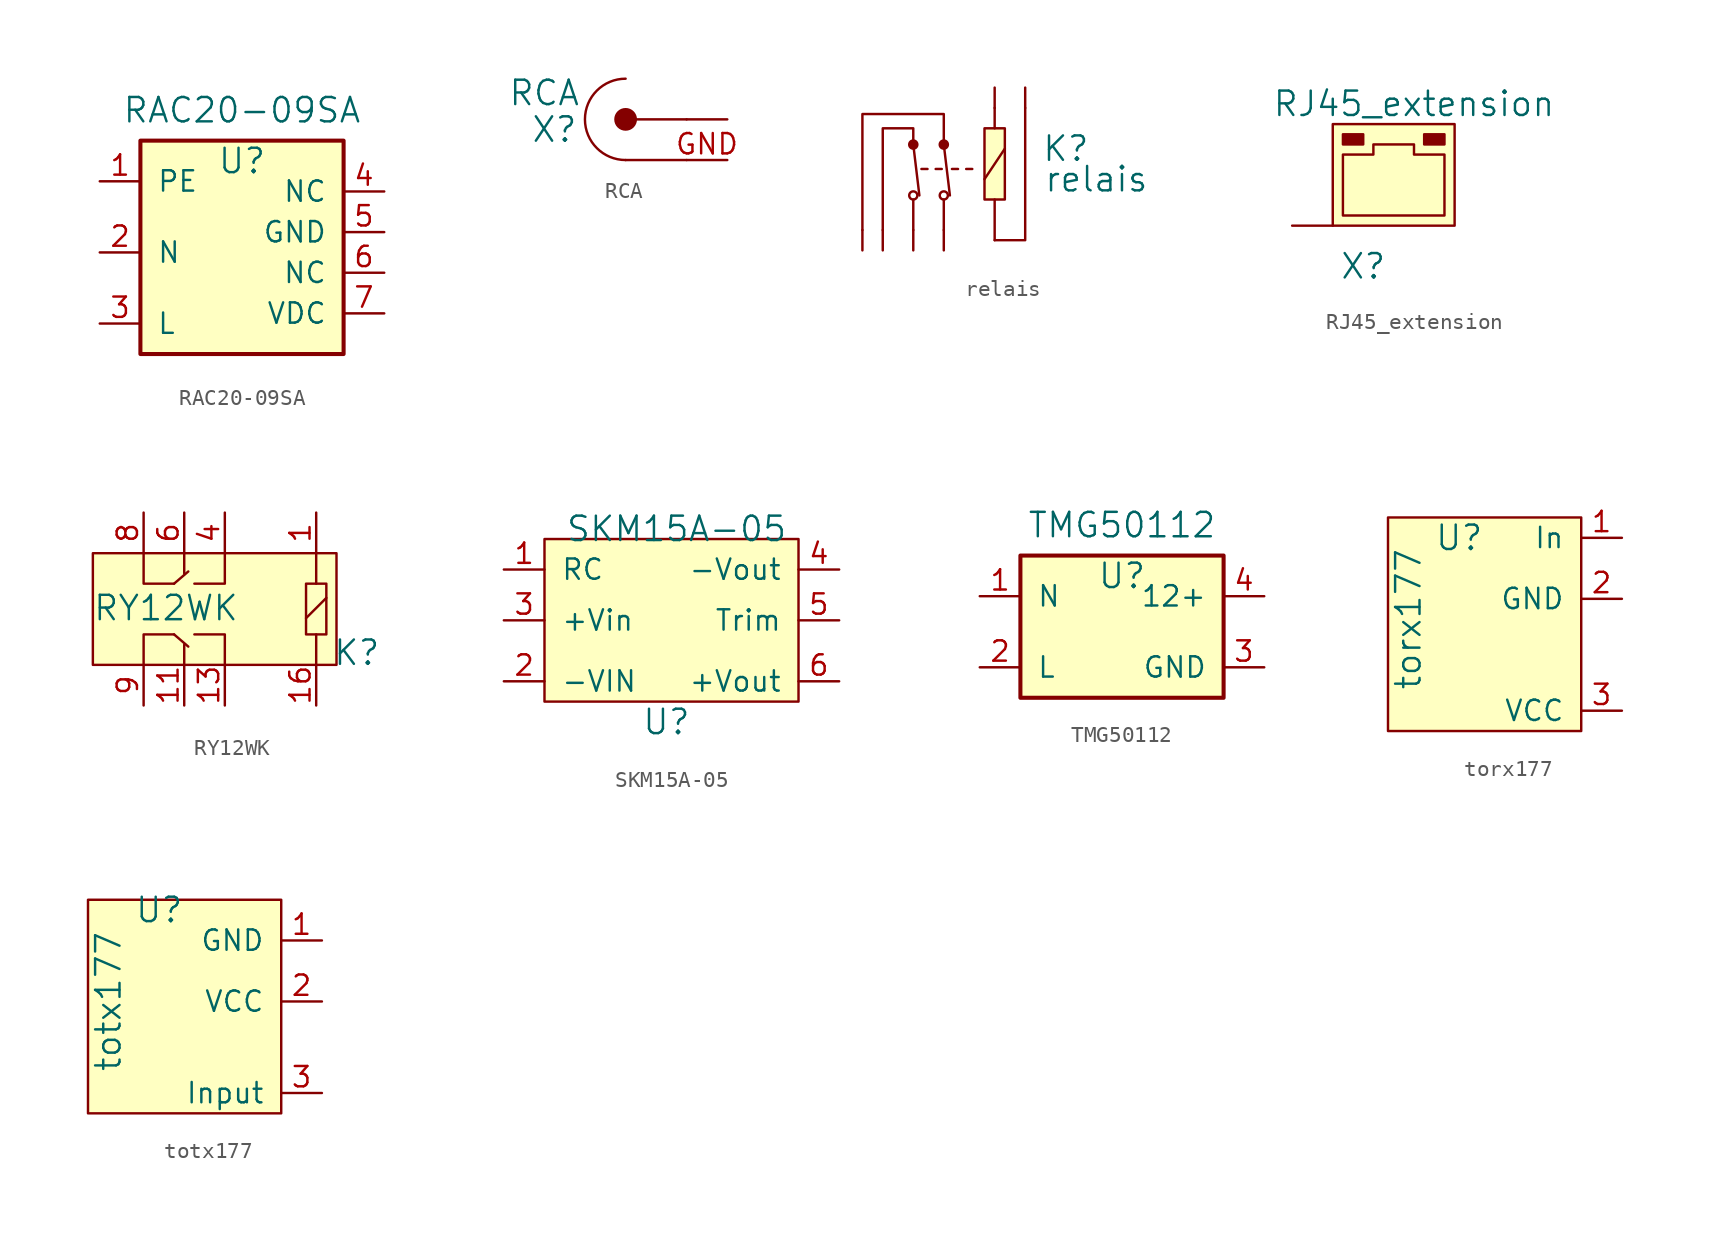
<source format=kicad_sym>
(kicad_symbol_lib
  (version 20211014)
  (generator kicad_symbol_editor)
  (symbol "RAC20-09SA"
    (pin_names
      (offset 1.016))
    (property "Reference" "U"
      (at 0.635 5.715 0)
      (effects (font (size 1.524 1.524))))
    (property "Value" "RAC20-09SA"
      (at 0.635 8.89 0)
      (effects (font (size 1.524 1.524))))
    (symbol "RAC20-09SA_0_1"
      (rectangle (start -5.715 6.985) (end 6.985 -6.35) (stroke (width 0.254) (type default) (color 0 0 0 0)) (fill (type background))))
    (symbol "RAC20-09SA_1_1"
      (pin input line (at -8.255 4.445 0) (length 2.54) (name "PE" (effects (font (size 1.27 1.27)))) (number "1" (effects (font (size 1.27 1.27)))))
      (pin input line (at -8.255 0 0) (length 2.54) (name "N" (effects (font (size 1.27 1.27)))) (number "2" (effects (font (size 1.27 1.27)))))
      (pin input line (at -8.255 -4.445 0) (length 2.54) (name "L" (effects (font (size 1.27 1.27)))) (number "3" (effects (font (size 1.27 1.27)))))
      (pin input line (at 9.525 3.81 180) (length 2.54) (name "NC" (effects (font (size 1.27 1.27)))) (number "4" (effects (font (size 1.27 1.27)))))
      (pin input line (at 9.525 1.27 180) (length 2.54) (name "GND" (effects (font (size 1.27 1.27)))) (number "5" (effects (font (size 1.27 1.27)))))
      (pin input line (at 9.525 -1.27 180) (length 2.54) (name "NC" (effects (font (size 1.27 1.27)))) (number "6" (effects (font (size 1.27 1.27)))))
      (pin input line (at 9.525 -3.81 180) (length 2.54) (name "VDC" (effects (font (size 1.27 1.27)))) (number "7" (effects (font (size 1.27 1.27)))))))
  (symbol "RCA"
    (pin_names
      (offset 1.016))
    (property "Reference" "X"
      (at -4.445 -0.635 0)
      (effects (font (size 1.524 1.524))))
    (property "Value" "RCA"
      (at -5.08 1.651 0)
      (effects (font (size 1.524 1.524))))
    (symbol "RCA_0_1"
      (polyline (pts (xy 0 0) (xy 3.81 0)) (stroke (width 0) (type default) (color 0 0 0 0)) (fill (type none)))
      (polyline (pts (xy 0 -2.54) (xy 1.27 -2.54) (xy 3.81 -2.54)) (stroke (width 0) (type default) (color 0 0 0 0)) (fill (type none)))
      (circle (center 0 0) (radius 0.635) (stroke (width 0) (type default) (color 0 0 0 0)) (fill (type outline)))
      (arc (start 0 2.54) (mid -2.54 0) (end 0 -2.54) (stroke (width 0) (type default) (color 0 0 0 0)) (fill (type none))))
    (symbol "RCA_1_1"
      (pin input line (at 6.35 -2.54 180) (length 2.54) (name "~" (effects (font (size 1.27 1.27)))) (number "GND" (effects (font (size 1.27 1.27)))))
      (pin input line (at 6.35 0 180) (length 2.54) (name "~" (effects (font (size 1.27 1.27)))) (number "~" (effects (font (size 1.27 1.27)))))))
  (symbol "relais"
    (pin_names
      (offset 1.016))
    (property "Reference" "K"
      (at 12.7 6.35 0)
      (effects (font (size 1.524 1.524))))
    (property "Value" "relais"
      (at 14.605 4.445 0)
      (effects (font (size 1.524 1.524))))
    (symbol "relais_0_1"
      (polyline (pts (xy 3.175 3.175) (xy 3.175 1.27)) (stroke (width 0) (type default) (color 0 0 0 0)) (fill (type none)))
      (polyline (pts (xy 3.175 6.604) (xy 3.556 3.429)) (stroke (width 0) (type default) (color 0 0 0 0)) (fill (type none)))
      (polyline (pts (xy 3.683 5.08) (xy 4.064 5.08)) (stroke (width 0) (type default) (color 0 0 0 0)) (fill (type none)))
      (polyline (pts (xy 4.572 5.08) (xy 4.953 5.08)) (stroke (width 0) (type default) (color 0 0 0 0)) (fill (type none)))
      (polyline (pts (xy 5.08 3.175) (xy 5.08 1.27)) (stroke (width 0) (type default) (color 0 0 0 0)) (fill (type none)))
      (polyline (pts (xy 5.08 6.604) (xy 5.461 3.429)) (stroke (width 0) (type default) (color 0 0 0 0)) (fill (type none)))
      (polyline (pts (xy 5.588 5.08) (xy 5.969 5.08)) (stroke (width 0) (type default) (color 0 0 0 0)) (fill (type none)))
      (polyline (pts (xy 6.477 5.08) (xy 6.858 5.08)) (stroke (width 0) (type default) (color 0 0 0 0)) (fill (type none)))
      (polyline (pts (xy 7.62 4.445) (xy 8.89 6.35)) (stroke (width 0) (type default) (color 0 0 0 0)) (fill (type none)))
      (polyline (pts (xy 8.255 0.635) (xy 8.255 3.175)) (stroke (width 0) (type default) (color 0 0 0 0)) (fill (type none)))
      (polyline (pts (xy 8.255 7.62) (xy 8.255 8.89)) (stroke (width 0) (type default) (color 0 0 0 0)) (fill (type none)))
      (polyline (pts (xy 8.255 0.635) (xy 10.16 0.635) (xy 10.16 8.89)) (stroke (width 0) (type default) (color 0 0 0 0)) (fill (type none)))
      (polyline (pts (xy 0 1.27) (xy 0 8.509) (xy 5.08 8.509) (xy 5.08 6.604)) (stroke (width 0) (type default) (color 0 0 0 0)) (fill (type none)))
      (polyline (pts (xy 1.27 1.27) (xy 1.27 7.62) (xy 3.175 7.62) (xy 3.175 6.731)) (stroke (width 0) (type default) (color 0 0 0 0)) (fill (type none)))
      (circle (center 3.175 3.429) (radius 0.254) (stroke (width 0) (type default) (color 0 0 0 0)) (fill (type none)))
      (circle (center 3.175 6.604) (radius 0.254) (stroke (width 0) (type default) (color 0 0 0 0)) (fill (type outline)))
      (circle (center 5.08 3.429) (radius 0.254) (stroke (width 0) (type default) (color 0 0 0 0)) (fill (type none)))
      (circle (center 5.08 6.604) (radius 0.254) (stroke (width 0) (type default) (color 0 0 0 0)) (fill (type outline)))
      (rectangle (start 7.62 7.62) (end 8.89 3.175) (stroke (width 0) (type default) (color 0 0 0 0)) (fill (type background))))
    (symbol "relais_1_1"
      (pin input line (at 0 0 90) (length 1.27) (name "~" (effects (font (size 1.27 1.27)))) (number "~" (effects (font (size 1.27 1.27)))))
      (pin input line (at 1.27 0 90) (length 1.27) (name "~" (effects (font (size 1.27 1.27)))) (number "~" (effects (font (size 1.27 1.27)))))
      (pin input line (at 3.175 0 90) (length 1.27) (name "~" (effects (font (size 1.27 1.27)))) (number "~" (effects (font (size 1.27 1.27)))))
      (pin input line (at 5.08 0 90) (length 1.27) (name "~" (effects (font (size 1.27 1.27)))) (number "~" (effects (font (size 1.27 1.27)))))
      (pin input line (at 8.255 10.16 270) (length 1.27) (name "~" (effects (font (size 1.27 1.27)))) (number "~" (effects (font (size 1.27 1.27)))))
      (pin input line (at 10.16 10.16 270) (length 1.27) (name "~" (effects (font (size 1.27 1.27)))) (number "~" (effects (font (size 1.27 1.27)))))))
  (symbol "RJ45_extension"
    (pin_names
      (offset 1.016))
    (property "Reference" "X"
      (at -1.905 -5.08 0)
      (effects (font (size 1.524 1.524))))
    (property "Value" "RJ45_extension"
      (at 1.27 5.08 0)
      (effects (font (size 1.524 1.524))))
    (symbol "RJ45_extension_0_1"
      (rectangle (start -3.81 3.81) (end 3.81 -2.54) (stroke (width 0) (type default) (color 0 0 0 0)) (fill (type background)))
      (rectangle (start -3.175 3.175) (end -1.905 2.54) (stroke (width 0) (type default) (color 0 0 0 0)) (fill (type outline)))
      (polyline (pts (xy -3.175 -1.905) (xy -3.175 1.905) (xy -1.27 1.905) (xy -1.27 2.54) (xy 0 2.54) (xy 1.27 2.54) (xy 1.27 1.905) (xy 3.175 1.905) (xy 3.175 -1.905) (xy 0 -1.905) (xy -3.175 -1.905)) (stroke (width 0) (type default) (color 0 0 0 0)) (fill (type none)))
      (rectangle (start 1.905 3.175) (end 3.175 2.54) (stroke (width 0) (type default) (color 0 0 0 0)) (fill (type outline))))
    (symbol "RJ45_extension_1_1"
      (pin input line (at -6.35 -2.54 0) (length 2.54) (name "~" (effects (font (size 1.27 1.27)))) (number "~" (effects (font (size 1.27 1.27)))))))
  (symbol "RY12WK"
    (pin_names
      (offset 1.016))
    (property "Reference" "K"
      (at 16.51 0.762 0)
      (effects (font (size 1.524 1.524))))
    (property "Value" "RY12WK"
      (at 4.572 3.556 0)
      (effects (font (size 1.524 1.524))))
    (symbol "RY12WK_0_1"
      (polyline (pts (xy 5.08 1.905) (xy 5.969 1.143)) (stroke (width 0) (type default) (color 0 0 0 0)) (fill (type none)))
      (polyline (pts (xy 5.08 5.08) (xy 5.969 5.842)) (stroke (width 0) (type default) (color 0 0 0 0)) (fill (type none)))
      (polyline (pts (xy 5.715 0) (xy 5.715 1.27)) (stroke (width 0) (type default) (color 0 0 0 0)) (fill (type none)))
      (polyline (pts (xy 5.715 6.985) (xy 5.715 5.715)) (stroke (width 0) (type default) (color 0 0 0 0)) (fill (type none)))
      (polyline (pts (xy 13.335 2.921) (xy 14.605 4.191)) (stroke (width 0) (type default) (color 0 0 0 0)) (fill (type none)))
      (polyline (pts (xy 13.97 1.905) (xy 13.97 0)) (stroke (width 0) (type default) (color 0 0 0 0)) (fill (type none)))
      (polyline (pts (xy 13.97 6.985) (xy 13.97 5.08)) (stroke (width 0) (type default) (color 0 0 0 0)) (fill (type none)))
      (polyline (pts (xy 3.175 0) (xy 3.175 1.905) (xy 5.08 1.905)) (stroke (width 0) (type default) (color 0 0 0 0)) (fill (type none)))
      (polyline (pts (xy 6.35 5.08) (xy 8.255 5.08) (xy 8.255 6.985)) (stroke (width 0) (type default) (color 0 0 0 0)) (fill (type none)))
      (polyline (pts (xy 8.255 0) (xy 8.255 1.905) (xy 6.35 1.905)) (stroke (width 0) (type default) (color 0 0 0 0)) (fill (type none)))
      (polyline (pts (xy 3.175 6.985) (xy 3.175 5.715) (xy 3.175 5.08) (xy 5.08 5.08)) (stroke (width 0) (type default) (color 0 0 0 0)) (fill (type none)))
      (rectangle (start 0 0) (end 15.24 6.985) (stroke (width 0) (type default) (color 0 0 0 0)) (fill (type background)))
      (rectangle (start 13.335 5.08) (end 14.605 1.905) (stroke (width 0) (type default) (color 0 0 0 0)) (fill (type none))))
    (symbol "RY12WK_1_1"
      (pin input line (at 13.97 9.525 270) (length 2.54) (name "~" (effects (font (size 1.27 1.27)))) (number "1" (effects (font (size 1.27 1.27)))))
      (pin input line (at 5.715 -2.54 90) (length 2.54) (name "~" (effects (font (size 1.27 1.27)))) (number "11" (effects (font (size 1.27 1.27)))))
      (pin input line (at 8.255 -2.54 90) (length 2.54) (name "~" (effects (font (size 1.27 1.27)))) (number "13" (effects (font (size 1.27 1.27)))))
      (pin input line (at 13.97 -2.54 90) (length 2.54) (name "~" (effects (font (size 1.27 1.27)))) (number "16" (effects (font (size 1.27 1.27)))))
      (pin input line (at 8.255 9.525 270) (length 2.54) (name "~" (effects (font (size 1.27 1.27)))) (number "4" (effects (font (size 1.27 1.27)))))
      (pin input line (at 5.715 9.525 270) (length 2.54) (name "~" (effects (font (size 1.27 1.27)))) (number "6" (effects (font (size 1.27 1.27)))))
      (pin input line (at 3.175 9.525 270) (length 2.54) (name "~" (effects (font (size 1.27 1.27)))) (number "8" (effects (font (size 1.27 1.27)))))
      (pin input line (at 3.175 -2.54 90) (length 2.54) (name "~" (effects (font (size 1.27 1.27)))) (number "9" (effects (font (size 1.27 1.27)))))))
  (symbol "SKM15A-05"
    (pin_names
      (offset 1.016))
    (property "Reference" "U"
      (at -0.635 -6.35 0)
      (effects (font (size 1.524 1.524))))
    (property "Value" "SKM15A-05"
      (at 0 5.715 0)
      (effects (font (size 1.524 1.524))))
    (symbol "SKM15A-05_0_1"
      (rectangle (start -8.255 5.08) (end 7.62 -5.08) (stroke (width 0) (type default) (color 0 0 0 0)) (fill (type background))))
    (symbol "SKM15A-05_1_1"
      (pin input line (at -10.795 3.175 0) (length 2.54) (name "RC" (effects (font (size 1.27 1.27)))) (number "1" (effects (font (size 1.27 1.27)))))
      (pin input line (at -10.795 -3.81 0) (length 2.54) (name "-VIN" (effects (font (size 1.27 1.27)))) (number "2" (effects (font (size 1.27 1.27)))))
      (pin input line (at -10.795 0 0) (length 2.54) (name "+Vin" (effects (font (size 1.27 1.27)))) (number "3" (effects (font (size 1.27 1.27)))))
      (pin input line (at 10.16 3.175 180) (length 2.54) (name "-Vout" (effects (font (size 1.27 1.27)))) (number "4" (effects (font (size 1.27 1.27)))))
      (pin input line (at 10.16 0 180) (length 2.54) (name "Trim" (effects (font (size 1.27 1.27)))) (number "5" (effects (font (size 1.27 1.27)))))
      (pin input line (at 10.16 -3.81 180) (length 2.54) (name "+Vout" (effects (font (size 1.27 1.27)))) (number "6" (effects (font (size 1.27 1.27)))))))
  (symbol "TMG50112"
    (pin_names
      (offset 1.016))
    (property "Reference" "U"
      (at 0.635 3.175 0)
      (effects (font (size 1.524 1.524))))
    (property "Value" "TMG50112"
      (at 0.635 6.35 0)
      (effects (font (size 1.524 1.524))))
    (symbol "TMG50112_0_1"
      (rectangle (start -5.715 4.445) (end 6.985 -4.445) (stroke (width 0.254) (type default) (color 0 0 0 0)) (fill (type background))))
    (symbol "TMG50112_1_1"
      (pin input line (at -8.255 1.905 0) (length 2.54) (name "N" (effects (font (size 1.27 1.27)))) (number "1" (effects (font (size 1.27 1.27)))))
      (pin input line (at -8.255 -2.54 0) (length 2.54) (name "L" (effects (font (size 1.27 1.27)))) (number "2" (effects (font (size 1.27 1.27)))))
      (pin input line (at 9.525 -2.54 180) (length 2.54) (name "GND" (effects (font (size 1.27 1.27)))) (number "3" (effects (font (size 1.27 1.27)))))
      (pin input line (at 9.525 1.905 180) (length 2.54) (name "12+" (effects (font (size 1.27 1.27)))) (number "4" (effects (font (size 1.27 1.27)))))))
  (symbol "torx177"
    (pin_names
      (offset 1.016))
    (property "Reference" "U"
      (at -1.27 4.445 0)
      (effects (font (size 1.524 1.524))))
    (property "Value" "torx177"
      (at -4.445 -0.635 90)
      (effects (font (size 1.524 1.524))))
    (symbol "torx177_0_1"
      (rectangle (start -5.715 5.715) (end 6.35 -7.62) (stroke (width 0) (type default) (color 0 0 0 0)) (fill (type background))))
    (symbol "torx177_1_1"
      (pin input line (at 8.89 4.445 180) (length 2.54) (name "In" (effects (font (size 1.27 1.27)))) (number "1" (effects (font (size 1.27 1.27)))))
      (pin input line (at 8.89 0.635 180) (length 2.54) (name "GND" (effects (font (size 1.27 1.27)))) (number "2" (effects (font (size 1.27 1.27)))))
      (pin input line (at 8.89 -6.35 180) (length 2.54) (name "VCC" (effects (font (size 1.27 1.27)))) (number "3" (effects (font (size 1.27 1.27)))))))
  (symbol "totx177"
    (pin_names
      (offset 1.016))
    (property "Reference" "U"
      (at -1.27 5.08 0)
      (effects (font (size 1.524 1.524))))
    (property "Value" "totx177"
      (at -4.445 -0.635 90)
      (effects (font (size 1.524 1.524))))
    (symbol "totx177_0_1"
      (rectangle (start -5.715 5.715) (end 6.35 -7.62) (stroke (width 0) (type default) (color 0 0 0 0)) (fill (type background))))
    (symbol "totx177_1_1"
      (pin input line (at 8.89 3.175 180) (length 2.54) (name "GND" (effects (font (size 1.27 1.27)))) (number "1" (effects (font (size 1.27 1.27)))))
      (pin input line (at 8.89 -0.635 180) (length 2.54) (name "VCC" (effects (font (size 1.27 1.27)))) (number "2" (effects (font (size 1.27 1.27)))))
      (pin input line (at 8.89 -6.35 180) (length 2.54) (name "Input" (effects (font (size 1.27 1.27)))) (number "3" (effects (font (size 1.27 1.27))))))))
</source>
